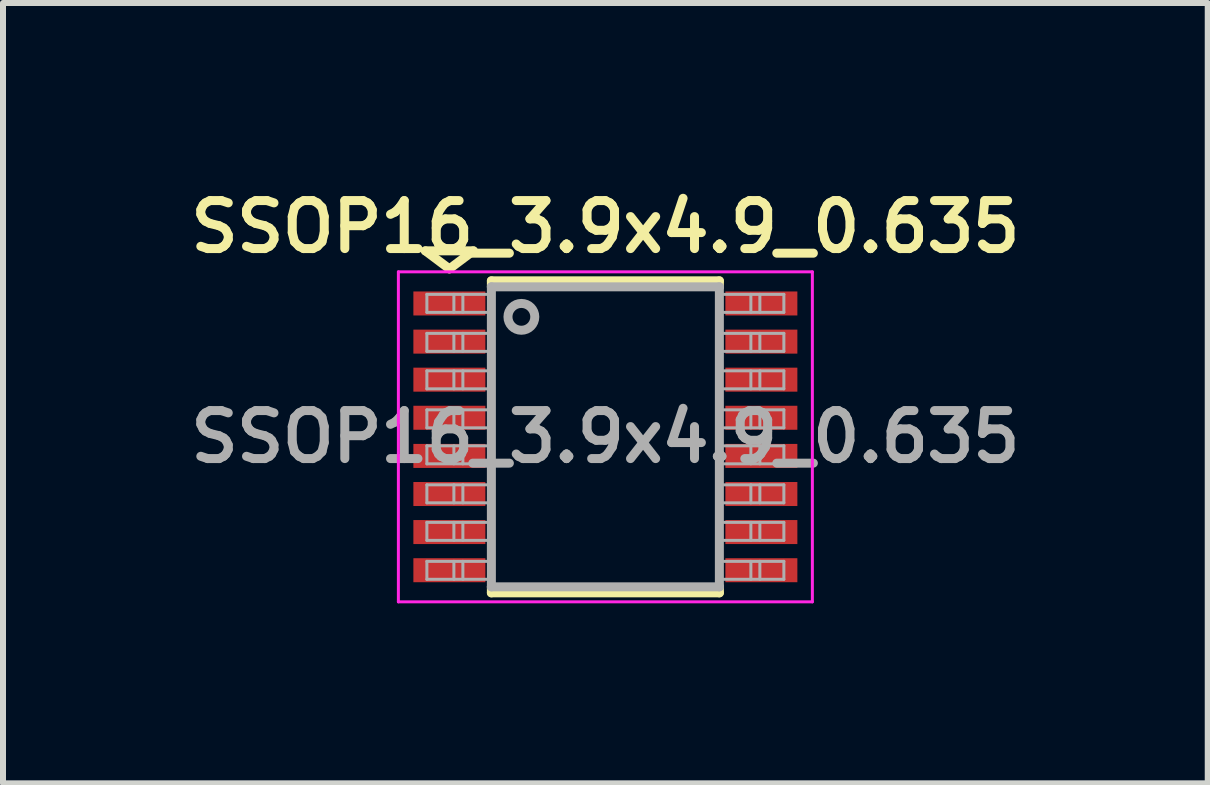
<source format=kicad_pcb>
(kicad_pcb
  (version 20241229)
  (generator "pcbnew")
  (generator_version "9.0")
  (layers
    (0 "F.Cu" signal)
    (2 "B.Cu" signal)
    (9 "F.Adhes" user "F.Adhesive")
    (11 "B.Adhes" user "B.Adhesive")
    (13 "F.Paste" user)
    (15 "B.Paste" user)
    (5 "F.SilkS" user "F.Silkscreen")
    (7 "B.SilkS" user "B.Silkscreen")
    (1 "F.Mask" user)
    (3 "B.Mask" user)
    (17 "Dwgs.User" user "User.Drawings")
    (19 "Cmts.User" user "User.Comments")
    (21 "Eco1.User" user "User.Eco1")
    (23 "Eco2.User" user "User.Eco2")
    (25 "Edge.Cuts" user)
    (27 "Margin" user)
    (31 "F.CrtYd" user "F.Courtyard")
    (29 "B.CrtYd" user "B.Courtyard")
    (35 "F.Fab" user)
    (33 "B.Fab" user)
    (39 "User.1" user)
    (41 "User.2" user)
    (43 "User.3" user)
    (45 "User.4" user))
  (footprint "SSOP16_3.9x4.9_0.635"
    (layer "F.Cu")
    (at 7.04 4.231)
    (property "Reference" "SSOP16_3.9x4.9_0.635" (at 0 -3.5 0) (layer "F.SilkS") (effects (font (size 0.8 0.8) (thickness 0.15))))
    (attr smd)
    (fp_line (start -3 -3.1) (end -2.6 -2.8) (stroke (width 0.15) (type solid)) (layer "F.SilkS"))
    (fp_line (start -2.6 -2.8) (end -2.2 -3.1) (stroke (width 0.15) (type solid)) (layer "F.SilkS"))
    (fp_line (start -2.2 -3.1) (end -3 -3.1) (stroke (width 0.15) (type solid)) (layer "F.SilkS"))
    (fp_line (start -1.9 -2.6) (end -1.9 -2.5) (stroke (width 0.15) (type solid)) (layer "F.SilkS"))
    (fp_line (start -1.9 -2.6) (end 1.9 -2.6) (stroke (width 0.15) (type solid)) (layer "F.SilkS"))
    (fp_line (start -1.9 2.6) (end -1.9 2.5) (stroke (width 0.15) (type solid)) (layer "F.SilkS"))
    (fp_line (start -1.9 2.6) (end 1.9 2.6) (stroke (width 0.15) (type solid)) (layer "F.SilkS"))
    (fp_line (start 1.9 -2.6) (end 1.9 -2.5) (stroke (width 0.15) (type solid)) (layer "F.SilkS"))
    (fp_line (start 1.9 2.6) (end 1.9 2.5) (stroke (width 0.15) (type solid)) (layer "F.SilkS"))
    (fp_line (start -3.45 -2.75) (end -3.45 2.75) (stroke (width 0.05) (type solid)) (layer "F.CrtYd"))
    (fp_line (start -3.45 -2.75) (end 3.45 -2.75) (stroke (width 0.05) (type solid)) (layer "F.CrtYd"))
    (fp_line (start -3.45 2.75) (end 3.45 2.75) (stroke (width 0.05) (type solid)) (layer "F.CrtYd"))
    (fp_line (start 3.45 -2.75) (end 3.45 2.75) (stroke (width 0.05) (type solid)) (layer "F.CrtYd"))
    (fp_line (start -2.975 -2.375) (end -2.975 -2.075) (stroke (width 0.05) (type solid)) (layer "F.Fab"))
    (fp_line (start -2.975 -2.075) (end -1.975 -2.075) (stroke (width 0.05) (type solid)) (layer "F.Fab"))
    (fp_line (start -2.975 -1.725) (end -2.975 -1.425) (stroke (width 0.05) (type solid)) (layer "F.Fab"))
    (fp_line (start -2.975 -1.425) (end -1.975 -1.425) (stroke (width 0.05) (type solid)) (layer "F.Fab"))
    (fp_line (start -2.975 -1.1) (end -2.975 -0.8) (stroke (width 0.05) (type solid)) (layer "F.Fab"))
    (fp_line (start -2.975 -0.8) (end -1.975 -0.8) (stroke (width 0.05) (type solid)) (layer "F.Fab"))
    (fp_line (start -2.975 -0.45) (end -2.975 -0.15) (stroke (width 0.05) (type solid)) (layer "F.Fab"))
    (fp_line (start -2.975 -0.15) (end -1.975 -0.15) (stroke (width 0.05) (type solid)) (layer "F.Fab"))
    (fp_line (start -2.975 0.15) (end -2.975 0.45) (stroke (width 0.05) (type solid)) (layer "F.Fab"))
    (fp_line (start -2.975 0.45) (end -1.975 0.45) (stroke (width 0.05) (type solid)) (layer "F.Fab"))
    (fp_line (start -2.975 0.8) (end -2.975 1.1) (stroke (width 0.05) (type solid)) (layer "F.Fab"))
    (fp_line (start -2.975 1.1) (end -1.975 1.1) (stroke (width 0.05) (type solid)) (layer "F.Fab"))
    (fp_line (start -2.975 1.425) (end -2.975 1.725) (stroke (width 0.05) (type solid)) (layer "F.Fab"))
    (fp_line (start -2.975 1.725) (end -1.975 1.725) (stroke (width 0.05) (type solid)) (layer "F.Fab"))
    (fp_line (start -2.975 2.075) (end -2.975 2.375) (stroke (width 0.05) (type solid)) (layer "F.Fab"))
    (fp_line (start -2.975 2.375) (end -1.975 2.375) (stroke (width 0.05) (type solid)) (layer "F.Fab"))
    (fp_line (start -2.525 -2.375) (end -2.525 -2.075) (stroke (width 0.05) (type solid)) (layer "F.Fab"))
    (fp_line (start -2.525 -1.725) (end -2.525 -1.425) (stroke (width 0.05) (type solid)) (layer "F.Fab"))
    (fp_line (start -2.525 -1.1) (end -2.525 -0.8) (stroke (width 0.05) (type solid)) (layer "F.Fab"))
    (fp_line (start -2.525 -0.45) (end -2.525 -0.15) (stroke (width 0.05) (type solid)) (layer "F.Fab"))
    (fp_line (start -2.525 0.15) (end -2.525 0.45) (stroke (width 0.05) (type solid)) (layer "F.Fab"))
    (fp_line (start -2.525 0.8) (end -2.525 1.1) (stroke (width 0.05) (type solid)) (layer "F.Fab"))
    (fp_line (start -2.525 1.425) (end -2.525 1.725) (stroke (width 0.05) (type solid)) (layer "F.Fab"))
    (fp_line (start -2.525 2.075) (end -2.525 2.375) (stroke (width 0.05) (type solid)) (layer "F.Fab"))
    (fp_line (start -2.375 -2.375) (end -2.375 -2.075) (stroke (width 0.05) (type solid)) (layer "F.Fab"))
    (fp_line (start -2.375 -1.725) (end -2.375 -1.425) (stroke (width 0.05) (type solid)) (layer "F.Fab"))
    (fp_line (start -2.375 -1.1) (end -2.375 -0.8) (stroke (width 0.05) (type solid)) (layer "F.Fab"))
    (fp_line (start -2.375 -0.45) (end -2.375 -0.15) (stroke (width 0.05) (type solid)) (layer "F.Fab"))
    (fp_line (start -2.375 0.15) (end -2.375 0.45) (stroke (width 0.05) (type solid)) (layer "F.Fab"))
    (fp_line (start -2.375 0.8) (end -2.375 1.1) (stroke (width 0.05) (type solid)) (layer "F.Fab"))
    (fp_line (start -2.375 1.425) (end -2.375 1.725) (stroke (width 0.05) (type solid)) (layer "F.Fab"))
    (fp_line (start -2.375 2.075) (end -2.375 2.375) (stroke (width 0.05) (type solid)) (layer "F.Fab"))
    (fp_line (start -1.975 -2.375) (end -2.975 -2.375) (stroke (width 0.05) (type solid)) (layer "F.Fab"))
    (fp_line (start -1.975 -1.725) (end -2.975 -1.725) (stroke (width 0.05) (type solid)) (layer "F.Fab"))
    (fp_line (start -1.975 -1.1) (end -2.975 -1.1) (stroke (width 0.05) (type solid)) (layer "F.Fab"))
    (fp_line (start -1.975 -0.45) (end -2.975 -0.45) (stroke (width 0.05) (type solid)) (layer "F.Fab"))
    (fp_line (start -1.975 0.15) (end -2.975 0.15) (stroke (width 0.05) (type solid)) (layer "F.Fab"))
    (fp_line (start -1.975 0.8) (end -2.975 0.8) (stroke (width 0.05) (type solid)) (layer "F.Fab"))
    (fp_line (start -1.975 1.425) (end -2.975 1.425) (stroke (width 0.05) (type solid)) (layer "F.Fab"))
    (fp_line (start -1.975 2.075) (end -2.975 2.075) (stroke (width 0.05) (type solid)) (layer "F.Fab"))
    (fp_line (start -1.9 -2.5) (end -1.9 2.5) (stroke (width 0.15) (type solid)) (layer "F.Fab"))
    (fp_line (start -1.9 2.5) (end 1.9 2.5) (stroke (width 0.15) (type solid)) (layer "F.Fab"))
    (fp_line (start 1.9 -2.5) (end -1.9 -2.5) (stroke (width 0.15) (type solid)) (layer "F.Fab"))
    (fp_line (start 1.9 2.5) (end 1.9 -2.5) (stroke (width 0.15) (type solid)) (layer "F.Fab"))
    (fp_line (start 1.975 -2.075) (end 2.975 -2.075) (stroke (width 0.05) (type solid)) (layer "F.Fab"))
    (fp_line (start 1.975 -1.425) (end 2.975 -1.425) (stroke (width 0.05) (type solid)) (layer "F.Fab"))
    (fp_line (start 1.975 -0.8) (end 2.975 -0.8) (stroke (width 0.05) (type solid)) (layer "F.Fab"))
    (fp_line (start 1.975 -0.15) (end 2.975 -0.15) (stroke (width 0.05) (type solid)) (layer "F.Fab"))
    (fp_line (start 1.975 0.45) (end 2.975 0.45) (stroke (width 0.05) (type solid)) (layer "F.Fab"))
    (fp_line (start 1.975 1.1) (end 2.975 1.1) (stroke (width 0.05) (type solid)) (layer "F.Fab"))
    (fp_line (start 1.975 1.725) (end 2.975 1.725) (stroke (width 0.05) (type solid)) (layer "F.Fab"))
    (fp_line (start 1.975 2.375) (end 2.975 2.375) (stroke (width 0.05) (type solid)) (layer "F.Fab"))
    (fp_line (start 2.425 -2.375) (end 2.425 -2.075) (stroke (width 0.05) (type solid)) (layer "F.Fab"))
    (fp_line (start 2.425 -1.725) (end 2.425 -1.425) (stroke (width 0.05) (type solid)) (layer "F.Fab"))
    (fp_line (start 2.425 -1.1) (end 2.425 -0.8) (stroke (width 0.05) (type solid)) (layer "F.Fab"))
    (fp_line (start 2.425 -0.45) (end 2.425 -0.15) (stroke (width 0.05) (type solid)) (layer "F.Fab"))
    (fp_line (start 2.425 0.15) (end 2.425 0.45) (stroke (width 0.05) (type solid)) (layer "F.Fab"))
    (fp_line (start 2.425 0.8) (end 2.425 1.1) (stroke (width 0.05) (type solid)) (layer "F.Fab"))
    (fp_line (start 2.425 1.425) (end 2.425 1.725) (stroke (width 0.05) (type solid)) (layer "F.Fab"))
    (fp_line (start 2.425 2.075) (end 2.425 2.375) (stroke (width 0.05) (type solid)) (layer "F.Fab"))
    (fp_line (start 2.575 -2.375) (end 2.575 -2.075) (stroke (width 0.05) (type solid)) (layer "F.Fab"))
    (fp_line (start 2.575 -1.725) (end 2.575 -1.425) (stroke (width 0.05) (type solid)) (layer "F.Fab"))
    (fp_line (start 2.575 -1.1) (end 2.575 -0.8) (stroke (width 0.05) (type solid)) (layer "F.Fab"))
    (fp_line (start 2.575 -0.45) (end 2.575 -0.15) (stroke (width 0.05) (type solid)) (layer "F.Fab"))
    (fp_line (start 2.575 0.15) (end 2.575 0.45) (stroke (width 0.05) (type solid)) (layer "F.Fab"))
    (fp_line (start 2.575 0.8) (end 2.575 1.1) (stroke (width 0.05) (type solid)) (layer "F.Fab"))
    (fp_line (start 2.575 1.425) (end 2.575 1.725) (stroke (width 0.05) (type solid)) (layer "F.Fab"))
    (fp_line (start 2.575 2.075) (end 2.575 2.375) (stroke (width 0.05) (type solid)) (layer "F.Fab"))
    (fp_line (start 2.975 -2.375) (end 1.975 -2.375) (stroke (width 0.05) (type solid)) (layer "F.Fab"))
    (fp_line (start 2.975 -2.375) (end 2.975 -2.075) (stroke (width 0.05) (type solid)) (layer "F.Fab"))
    (fp_line (start 2.975 -1.725) (end 1.975 -1.725) (stroke (width 0.05) (type solid)) (layer "F.Fab"))
    (fp_line (start 2.975 -1.725) (end 2.975 -1.425) (stroke (width 0.05) (type solid)) (layer "F.Fab"))
    (fp_line (start 2.975 -1.1) (end 1.975 -1.1) (stroke (width 0.05) (type solid)) (layer "F.Fab"))
    (fp_line (start 2.975 -1.1) (end 2.975 -0.8) (stroke (width 0.05) (type solid)) (layer "F.Fab"))
    (fp_line (start 2.975 -0.45) (end 1.975 -0.45) (stroke (width 0.05) (type solid)) (layer "F.Fab"))
    (fp_line (start 2.975 -0.45) (end 2.975 -0.15) (stroke (width 0.05) (type solid)) (layer "F.Fab"))
    (fp_line (start 2.975 0.15) (end 1.975 0.15) (stroke (width 0.05) (type solid)) (layer "F.Fab"))
    (fp_line (start 2.975 0.15) (end 2.975 0.45) (stroke (width 0.05) (type solid)) (layer "F.Fab"))
    (fp_line (start 2.975 0.8) (end 1.975 0.8) (stroke (width 0.05) (type solid)) (layer "F.Fab"))
    (fp_line (start 2.975 0.8) (end 2.975 1.1) (stroke (width 0.05) (type solid)) (layer "F.Fab"))
    (fp_line (start 2.975 1.425) (end 1.975 1.425) (stroke (width 0.05) (type solid)) (layer "F.Fab"))
    (fp_line (start 2.975 1.425) (end 2.975 1.725) (stroke (width 0.05) (type solid)) (layer "F.Fab"))
    (fp_line (start 2.975 2.075) (end 1.975 2.075) (stroke (width 0.05) (type solid)) (layer "F.Fab"))
    (fp_line (start 2.975 2.075) (end 2.975 2.375) (stroke (width 0.05) (type solid)) (layer "F.Fab"))
    (fp_circle (center -1.4 -2) (end -1.3 -1.8) (stroke (width 0.15) (type solid)) (fill no) (layer "F.Fab"))
    (fp_text user "${REFERENCE}" (at 0 0 0) (layer "F.Fab") (effects (font (size 0.8 0.8) (thickness 0.15))))
    (pad "1" smd rect (at -2.6 -2.223) (size 1.2 0.4) (layers "F.Cu" "F.Mask" "F.Paste"))
    (pad "2" smd rect (at -2.6 -1.587) (size 1.2 0.4) (layers "F.Cu" "F.Mask" "F.Paste"))
    (pad "3" smd rect (at -2.6 -0.953) (size 1.2 0.4) (layers "F.Cu" "F.Mask" "F.Paste"))
    (pad "4" smd rect (at -2.6 -0.318) (size 1.2 0.4) (layers "F.Cu" "F.Mask" "F.Paste"))
    (pad "5" smd rect (at -2.6 0.318) (size 1.2 0.4) (layers "F.Cu" "F.Mask" "F.Paste"))
    (pad "6" smd rect (at -2.6 0.953) (size 1.2 0.4) (layers "F.Cu" "F.Mask" "F.Paste"))
    (pad "7" smd rect (at -2.6 1.587) (size 1.2 0.4) (layers "F.Cu" "F.Mask" "F.Paste"))
    (pad "8" smd rect (at -2.6 2.223) (size 1.2 0.4) (layers "F.Cu" "F.Mask" "F.Paste"))
    (pad "9" smd rect (at 2.6 2.223) (size 1.2 0.4) (layers "F.Cu" "F.Mask" "F.Paste"))
    (pad "10" smd rect (at 2.6 1.587) (size 1.2 0.4) (layers "F.Cu" "F.Mask" "F.Paste"))
    (pad "11" smd rect (at 2.6 0.953) (size 1.2 0.4) (layers "F.Cu" "F.Mask" "F.Paste"))
    (pad "12" smd rect (at 2.6 0.318) (size 1.2 0.4) (layers "F.Cu" "F.Mask" "F.Paste"))
    (pad "13" smd rect (at 2.6 -0.318) (size 1.2 0.4) (layers "F.Cu" "F.Mask" "F.Paste"))
    (pad "14" smd rect (at 2.6 -0.953) (size 1.2 0.4) (layers "F.Cu" "F.Mask" "F.Paste"))
    (pad "15" smd rect (at 2.6 -1.587) (size 1.2 0.4) (layers "F.Cu" "F.Mask" "F.Paste"))
    (pad "16" smd rect (at 2.6 -2.223) (size 1.2 0.4) (layers "F.Cu" "F.Mask" "F.Paste")))
  (gr_rect
    (start -3 -3)
    (end 17.08 10.006)
    (stroke (width 0.1) (type default))
    (fill no)
    (layer "Edge.Cuts")))
</source>
